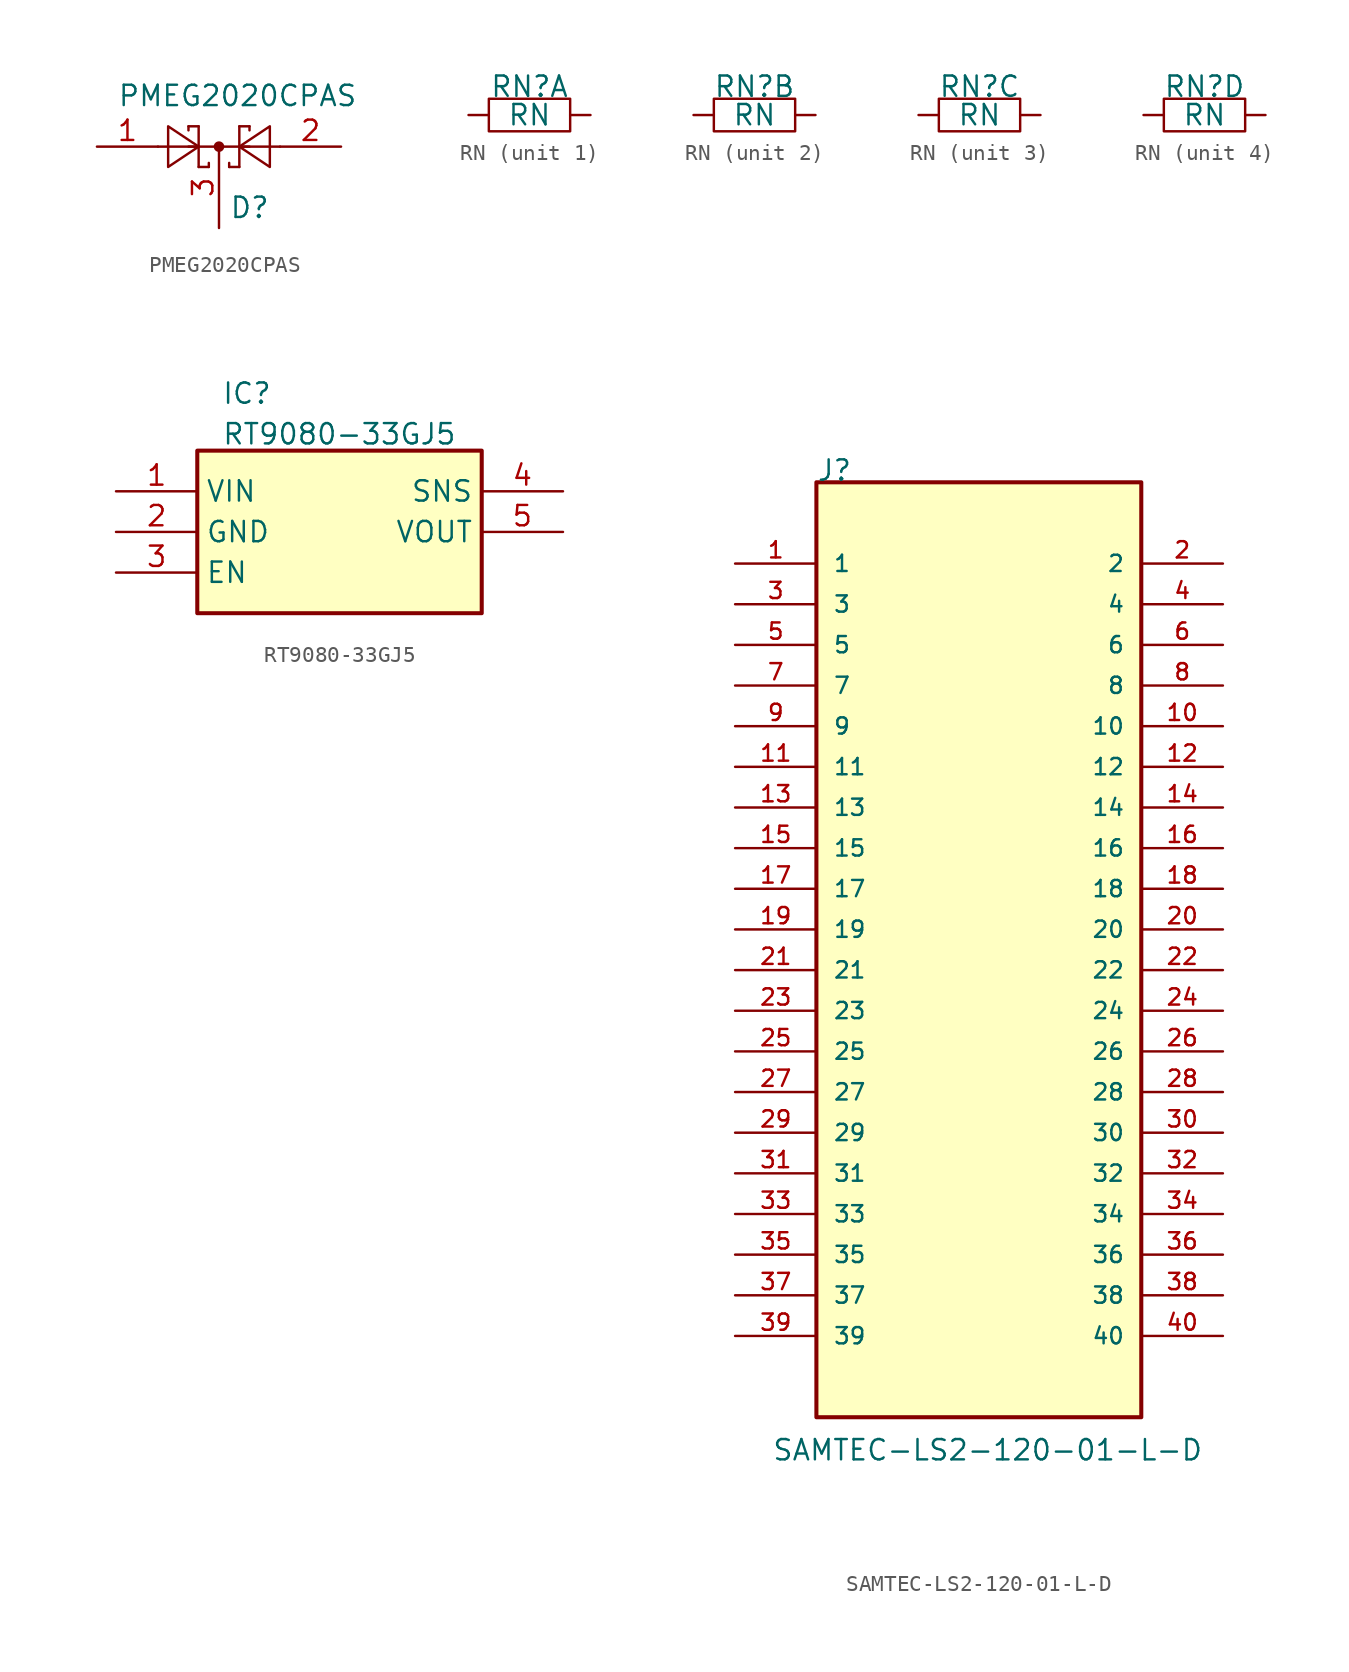
<source format=kicad_sym>
(kicad_symbol_lib
  (version 20231120)
  (generator "kicad_symbol_editor")
  (generator_version "8.0")
  (symbol "PMEG2020CPAS"
    (pin_names
      (offset 1.016))
    (property "Reference" "D"
      (at 0.635 -3.81 0)
      (effects (font (size 1.27 1.27)) (justify left)))
    (property "Value" "PMEG2020CPAS"
      (at -6.35 3.175 0)
      (effects (font (size 1.27 1.27)) (justify left)))
    (symbol "PMEG2020CPAS_0_1"
      (polyline (pts (xy -1.905 0) (xy 1.905 0)) (stroke (width 0) (type default)) (fill (type none)))
      (polyline (pts (xy -1.905 1.27) (xy -1.905 1.016)) (stroke (width 0) (type default)) (fill (type none)))
      (polyline (pts (xy -1.27 -1.27) (xy -0.635 -1.27)) (stroke (width 0) (type default)) (fill (type none)))
      (polyline (pts (xy -1.27 0) (xy -3.81 0)) (stroke (width 0) (type default)) (fill (type none)))
      (polyline (pts (xy -1.27 1.27) (xy -1.905 1.27)) (stroke (width 0) (type default)) (fill (type none)))
      (polyline (pts (xy -1.27 1.27) (xy -1.27 -1.27)) (stroke (width 0) (type default)) (fill (type none)))
      (polyline (pts (xy -0.635 -1.27) (xy -0.635 -1.016)) (stroke (width 0) (type default)) (fill (type none)))
      (polyline (pts (xy 0.635 -1.27) (xy 0.635 -1.016)) (stroke (width 0) (type default)) (fill (type none)))
      (polyline (pts (xy 1.27 -1.27) (xy 0.635 -1.27)) (stroke (width 0) (type default)) (fill (type none)))
      (polyline (pts (xy 1.27 1.27) (xy 1.27 -1.27)) (stroke (width 0) (type default)) (fill (type none)))
      (polyline (pts (xy 1.27 1.27) (xy 1.905 1.27)) (stroke (width 0) (type default)) (fill (type none)))
      (polyline (pts (xy 1.905 1.27) (xy 1.905 1.016)) (stroke (width 0) (type default)) (fill (type none)))
      (polyline (pts (xy 3.81 0) (xy 1.27 0)) (stroke (width 0) (type default)) (fill (type none)))
      (polyline (pts (xy -3.175 -1.27) (xy -3.175 1.27) (xy -1.27 0) (xy -3.175 -1.27)) (stroke (width 0) (type default)) (fill (type none)))
      (polyline (pts (xy 3.175 -1.27) (xy 3.175 1.27) (xy 1.27 0) (xy 3.175 -1.27)) (stroke (width 0) (type default)) (fill (type none)))
      (circle (center 0 0) (radius 0.254) (stroke (width 0) (type default)) (fill (type outline))))
    (symbol "PMEG2020CPAS_1_1"
      (pin passive line (at -7.62 0 0) (length 3.81) (name "~" (effects (font (size 1.27 1.27)))) (number "1" (effects (font (size 1.27 1.27)))))
      (pin passive line (at 7.62 0 180) (length 3.81) (name "~" (effects (font (size 1.27 1.27)))) (number "2" (effects (font (size 1.27 1.27)))))
      (pin passive line (at 0 -5.08 90) (length 5.08) (name "~" (effects (font (size 1.27 1.27)))) (number "3" (effects (font (size 1.27 1.27)))))))
  (symbol "RN"
    (pin_numbers hide)
    (pin_names
      (offset 0))
    (property "Reference" "RN"
      (at 0 1.778 0)
      (effects (font (size 1.27 1.27))))
    (property "Value" "RN"
      (at 0 0 0)
      (effects (font (size 1.27 1.27))))
    (symbol "RN_0_1"
      (rectangle (start -2.54 -1.016) (end 2.54 1.016) (stroke (width 0) (type default)) (fill (type none))))
    (symbol "RN_1_1"
      (pin passive line (at -3.81 0 0) (length 1.27) (name "~" (effects (font (size 1.27 1.27)))) (number "4" (effects (font (size 1.27 1.27)))))
      (pin passive line (at 3.81 0 180) (length 1.27) (name "~" (effects (font (size 1.27 1.27)))) (number "5" (effects (font (size 1.27 1.27))))))
    (symbol "RN_2_1"
      (pin passive line (at -3.81 0 0) (length 1.27) (name "~" (effects (font (size 1.27 1.27)))) (number "3" (effects (font (size 1.27 1.27)))))
      (pin passive line (at 3.81 0 180) (length 1.27) (name "~" (effects (font (size 1.27 1.27)))) (number "6" (effects (font (size 1.27 1.27))))))
    (symbol "RN_3_1"
      (pin passive line (at -3.81 0 0) (length 1.27) (name "~" (effects (font (size 1.27 1.27)))) (number "2" (effects (font (size 1.27 1.27)))))
      (pin passive line (at 3.81 0 180) (length 1.27) (name "~" (effects (font (size 1.27 1.27)))) (number "7" (effects (font (size 1.27 1.27))))))
    (symbol "RN_4_1"
      (pin passive line (at -3.81 0 0) (length 1.27) (name "~" (effects (font (size 1.27 1.27)))) (number "1" (effects (font (size 1.27 1.27)))))
      (pin passive line (at 3.81 0 180) (length 1.27) (name "~" (effects (font (size 1.27 1.27)))) (number "8" (effects (font (size 1.27 1.27)))))))
  (symbol "RT9080-33GJ5"
    (property "Reference" "IC"
      (at 6.604 6.858 0)
      (effects (font (size 1.27 1.27)) (justify left top)))
    (property "Value" "RT9080-33GJ5"
      (at 6.604 4.318 0)
      (effects (font (size 1.27 1.27)) (justify left top)))
    (symbol "RT9080-33GJ5_1_1"
      (rectangle (start 5.08 2.54) (end 22.86 -7.62) (stroke (width 0.254) (type default)) (fill (type background)))
      (pin passive line (at 0 0 0) (length 5.08) (name "VIN" (effects (font (size 1.27 1.27)))) (number "1" (effects (font (size 1.27 1.27)))))
      (pin passive line (at 0 -2.54 0) (length 5.08) (name "GND" (effects (font (size 1.27 1.27)))) (number "2" (effects (font (size 1.27 1.27)))))
      (pin passive line (at 0 -5.08 0) (length 5.08) (name "EN" (effects (font (size 1.27 1.27)))) (number "3" (effects (font (size 1.27 1.27)))))
      (pin passive line (at 27.94 0 180) (length 5.08) (name "SNS" (effects (font (size 1.27 1.27)))) (number "4" (effects (font (size 1.27 1.27)))))
      (pin passive line (at 27.94 -2.54 180) (length 5.08) (name "VOUT" (effects (font (size 1.27 1.27)))) (number "5" (effects (font (size 1.27 1.27)))))))
  (symbol "SAMTEC-LS2-120-01-L-D"
    (pin_names
      (offset 1.016))
    (property "Reference" "J"
      (at 0 5.08 0)
      (effects (font (size 1.27 1.27)) (justify left bottom)))
    (property "Value" "SAMTEC-LS2-120-01-L-D"
      (at -2.794 -56.134 0)
      (effects (font (size 1.27 1.27)) (justify left bottom)))
    (symbol "SAMTEC-LS2-120-01-L-D_0_0"
      (rectangle (start 0 -53.34) (end 20.3 5.08) (stroke (width 0.254) (type default)) (fill (type background)))
      (pin passive line (at -5.08 0 0) (length 5.08) (name "1" (effects (font (size 1.016 1.016)))) (number "1" (effects (font (size 1.016 1.016)))))
      (pin passive line (at 25.4 -10.16 180) (length 5.08) (name "10" (effects (font (size 1.016 1.016)))) (number "10" (effects (font (size 1.016 1.016)))))
      (pin passive line (at -5.08 -12.7 0) (length 5.08) (name "11" (effects (font (size 1.016 1.016)))) (number "11" (effects (font (size 1.016 1.016)))))
      (pin passive line (at 25.4 -12.7 180) (length 5.08) (name "12" (effects (font (size 1.016 1.016)))) (number "12" (effects (font (size 1.016 1.016)))))
      (pin passive line (at -5.08 -15.24 0) (length 5.08) (name "13" (effects (font (size 1.016 1.016)))) (number "13" (effects (font (size 1.016 1.016)))))
      (pin passive line (at 25.4 -15.24 180) (length 5.08) (name "14" (effects (font (size 1.016 1.016)))) (number "14" (effects (font (size 1.016 1.016)))))
      (pin passive line (at -5.08 -17.78 0) (length 5.08) (name "15" (effects (font (size 1.016 1.016)))) (number "15" (effects (font (size 1.016 1.016)))))
      (pin passive line (at 25.4 -17.78 180) (length 5.08) (name "16" (effects (font (size 1.016 1.016)))) (number "16" (effects (font (size 1.016 1.016)))))
      (pin passive line (at -5.08 -20.32 0) (length 5.08) (name "17" (effects (font (size 1.016 1.016)))) (number "17" (effects (font (size 1.016 1.016)))))
      (pin passive line (at 25.4 -20.32 180) (length 5.08) (name "18" (effects (font (size 1.016 1.016)))) (number "18" (effects (font (size 1.016 1.016)))))
      (pin passive line (at -5.08 -22.86 0) (length 5.08) (name "19" (effects (font (size 1.016 1.016)))) (number "19" (effects (font (size 1.016 1.016)))))
      (pin passive line (at 25.4 0 180) (length 5.08) (name "2" (effects (font (size 1.016 1.016)))) (number "2" (effects (font (size 1.016 1.016)))))
      (pin passive line (at 25.4 -22.86 180) (length 5.08) (name "20" (effects (font (size 1.016 1.016)))) (number "20" (effects (font (size 1.016 1.016)))))
      (pin passive line (at -5.08 -25.4 0) (length 5.08) (name "21" (effects (font (size 1.016 1.016)))) (number "21" (effects (font (size 1.016 1.016)))))
      (pin passive line (at 25.4 -25.4 180) (length 5.08) (name "22" (effects (font (size 1.016 1.016)))) (number "22" (effects (font (size 1.016 1.016)))))
      (pin passive line (at -5.08 -27.94 0) (length 5.08) (name "23" (effects (font (size 1.016 1.016)))) (number "23" (effects (font (size 1.016 1.016)))))
      (pin passive line (at 25.4 -27.94 180) (length 5.08) (name "24" (effects (font (size 1.016 1.016)))) (number "24" (effects (font (size 1.016 1.016)))))
      (pin passive line (at -5.08 -30.48 0) (length 5.08) (name "25" (effects (font (size 1.016 1.016)))) (number "25" (effects (font (size 1.016 1.016)))))
      (pin passive line (at 25.4 -30.48 180) (length 5.08) (name "26" (effects (font (size 1.016 1.016)))) (number "26" (effects (font (size 1.016 1.016)))))
      (pin passive line (at -5.08 -33.02 0) (length 5.08) (name "27" (effects (font (size 1.016 1.016)))) (number "27" (effects (font (size 1.016 1.016)))))
      (pin passive line (at 25.4 -33.02 180) (length 5.08) (name "28" (effects (font (size 1.016 1.016)))) (number "28" (effects (font (size 1.016 1.016)))))
      (pin passive line (at -5.08 -35.56 0) (length 5.08) (name "29" (effects (font (size 1.016 1.016)))) (number "29" (effects (font (size 1.016 1.016)))))
      (pin passive line (at -5.08 -2.54 0) (length 5.08) (name "3" (effects (font (size 1.016 1.016)))) (number "3" (effects (font (size 1.016 1.016)))))
      (pin passive line (at 25.4 -35.56 180) (length 5.08) (name "30" (effects (font (size 1.016 1.016)))) (number "30" (effects (font (size 1.016 1.016)))))
      (pin passive line (at -5.08 -38.1 0) (length 5.08) (name "31" (effects (font (size 1.016 1.016)))) (number "31" (effects (font (size 1.016 1.016)))))
      (pin passive line (at 25.4 -38.1 180) (length 5.08) (name "32" (effects (font (size 1.016 1.016)))) (number "32" (effects (font (size 1.016 1.016)))))
      (pin passive line (at -5.08 -40.64 0) (length 5.08) (name "33" (effects (font (size 1.016 1.016)))) (number "33" (effects (font (size 1.016 1.016)))))
      (pin passive line (at 25.4 -40.64 180) (length 5.08) (name "34" (effects (font (size 1.016 1.016)))) (number "34" (effects (font (size 1.016 1.016)))))
      (pin passive line (at -5.08 -43.18 0) (length 5.08) (name "35" (effects (font (size 1.016 1.016)))) (number "35" (effects (font (size 1.016 1.016)))))
      (pin passive line (at 25.4 -43.18 180) (length 5.08) (name "36" (effects (font (size 1.016 1.016)))) (number "36" (effects (font (size 1.016 1.016)))))
      (pin passive line (at -5.08 -45.72 0) (length 5.08) (name "37" (effects (font (size 1.016 1.016)))) (number "37" (effects (font (size 1.016 1.016)))))
      (pin passive line (at 25.4 -45.72 180) (length 5.08) (name "38" (effects (font (size 1.016 1.016)))) (number "38" (effects (font (size 1.016 1.016)))))
      (pin passive line (at -5.08 -48.26 0) (length 5.08) (name "39" (effects (font (size 1.016 1.016)))) (number "39" (effects (font (size 1.016 1.016)))))
      (pin passive line (at 25.4 -2.54 180) (length 5.08) (name "4" (effects (font (size 1.016 1.016)))) (number "4" (effects (font (size 1.016 1.016)))))
      (pin passive line (at 25.4 -48.26 180) (length 5.08) (name "40" (effects (font (size 1.016 1.016)))) (number "40" (effects (font (size 1.016 1.016)))))
      (pin passive line (at -5.08 -5.08 0) (length 5.08) (name "5" (effects (font (size 1.016 1.016)))) (number "5" (effects (font (size 1.016 1.016)))))
      (pin passive line (at 25.4 -5.08 180) (length 5.08) (name "6" (effects (font (size 1.016 1.016)))) (number "6" (effects (font (size 1.016 1.016)))))
      (pin passive line (at -5.08 -7.62 0) (length 5.08) (name "7" (effects (font (size 1.016 1.016)))) (number "7" (effects (font (size 1.016 1.016)))))
      (pin passive line (at 25.4 -7.62 180) (length 5.08) (name "8" (effects (font (size 1.016 1.016)))) (number "8" (effects (font (size 1.016 1.016)))))
      (pin passive line (at -5.08 -10.16 0) (length 5.08) (name "9" (effects (font (size 1.016 1.016)))) (number "9" (effects (font (size 1.016 1.016))))))))
</source>
